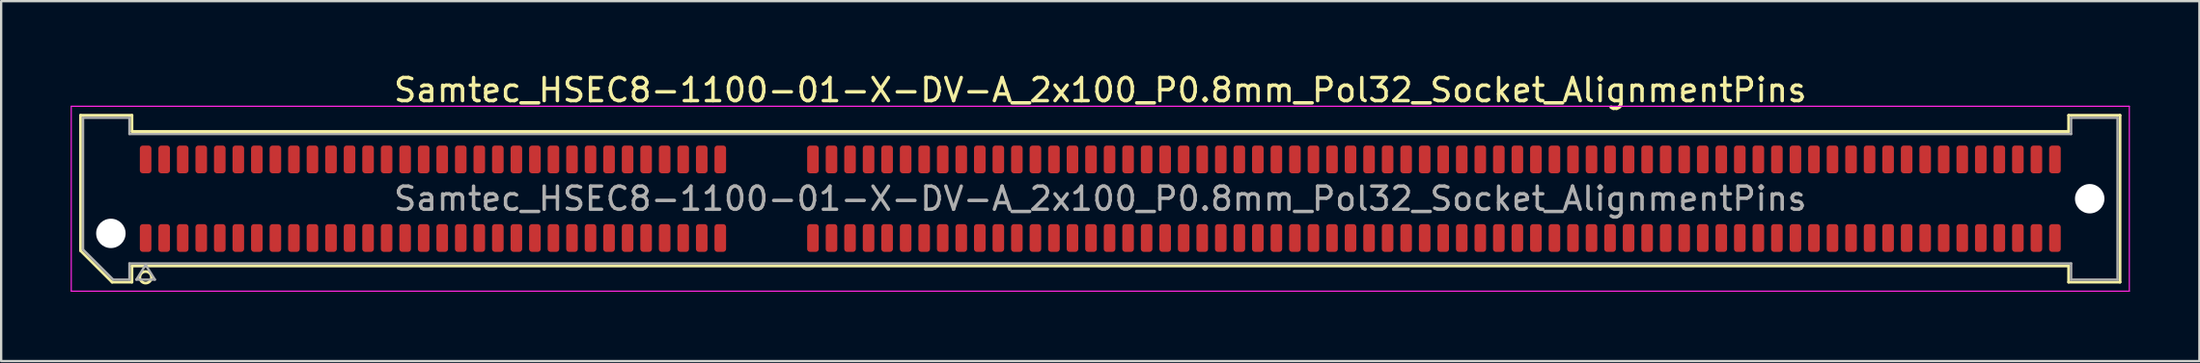
<source format=kicad_pcb>
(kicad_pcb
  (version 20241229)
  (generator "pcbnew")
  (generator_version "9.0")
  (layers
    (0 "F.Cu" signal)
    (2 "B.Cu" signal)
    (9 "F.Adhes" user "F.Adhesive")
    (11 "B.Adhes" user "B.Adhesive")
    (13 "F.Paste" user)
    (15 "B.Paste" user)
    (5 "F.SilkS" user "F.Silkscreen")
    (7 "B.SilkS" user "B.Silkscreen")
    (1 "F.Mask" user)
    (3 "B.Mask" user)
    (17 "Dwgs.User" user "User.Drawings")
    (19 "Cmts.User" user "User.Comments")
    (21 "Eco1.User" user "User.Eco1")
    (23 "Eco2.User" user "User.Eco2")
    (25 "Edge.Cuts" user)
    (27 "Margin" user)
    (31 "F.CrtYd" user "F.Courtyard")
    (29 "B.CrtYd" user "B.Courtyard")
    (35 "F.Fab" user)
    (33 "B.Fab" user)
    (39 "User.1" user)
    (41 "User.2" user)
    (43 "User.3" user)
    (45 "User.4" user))
  (footprint "Samtec_HSEC8-1100-01-X-DV-A_2x100_P0.8mm_Pol32_Socket_AlignmentPins"
    (layer "F.Cu")
    (at 44.435 5.548)
    (property "Reference" "Samtec_HSEC8-1100-01-X-DV-A_2x100_P0.8mm_Pol32_Socket_AlignmentPins" (at 0 -4.7 0) (layer "F.SilkS") (effects (font (size 1 1) (thickness 0.15))))
    (attr smd)
    (fp_line (start -44.01 -3.61) (end -41.79 -3.61) (stroke (width 0.12) (type solid)) (layer "F.SilkS"))
    (fp_line (start -44.01 2.246) (end -44.01 -3.61) (stroke (width 0.12) (type solid)) (layer "F.SilkS"))
    (fp_line (start -42.646 3.61) (end -44.01 2.246) (stroke (width 0.12) (type solid)) (layer "F.SilkS"))
    (fp_line (start -41.79 -3.61) (end -41.79 -2.91) (stroke (width 0.12) (type solid)) (layer "F.SilkS"))
    (fp_line (start -41.79 -2.91) (end 41.79 -2.91) (stroke (width 0.12) (type solid)) (layer "F.SilkS"))
    (fp_line (start -41.79 2.91) (end -41.79 3.61) (stroke (width 0.12) (type solid)) (layer "F.SilkS"))
    (fp_line (start -41.79 3.61) (end -42.646 3.61) (stroke (width 0.12) (type solid)) (layer "F.SilkS"))
    (fp_line (start 41.79 -3.61) (end 44.01 -3.61) (stroke (width 0.12) (type solid)) (layer "F.SilkS"))
    (fp_line (start 41.79 -2.91) (end 41.79 -3.61) (stroke (width 0.12) (type solid)) (layer "F.SilkS"))
    (fp_line (start 41.79 2.91) (end -41.79 2.91) (stroke (width 0.12) (type solid)) (layer "F.SilkS"))
    (fp_line (start 41.79 3.61) (end 41.79 2.91) (stroke (width 0.12) (type solid)) (layer "F.SilkS"))
    (fp_line (start 44.01 -3.61) (end 44.01 3.61) (stroke (width 0.12) (type solid)) (layer "F.SilkS"))
    (fp_line (start 44.01 3.61) (end 41.79 3.61) (stroke (width 0.12) (type solid)) (layer "F.SilkS"))
    (fp_circle (center -41.2 3.4) (end -40.95 3.4) (stroke (width 0.12) (type solid)) (fill no) (layer "F.SilkS"))
    (fp_line (start -44.41 -4) (end -44.41 4) (stroke (width 0.05) (type solid)) (layer "F.CrtYd"))
    (fp_line (start -44.41 4) (end 44.41 4) (stroke (width 0.05) (type solid)) (layer "F.CrtYd"))
    (fp_line (start 44.41 -4) (end -44.41 -4) (stroke (width 0.05) (type solid)) (layer "F.CrtYd"))
    (fp_line (start 44.41 4) (end 44.41 -4) (stroke (width 0.05) (type solid)) (layer "F.CrtYd"))
    (fp_line (start -43.9 -3.5) (end -41.9 -3.5) (stroke (width 0.1) (type solid)) (layer "F.Fab"))
    (fp_line (start -43.9 2.2) (end -43.9 -3.5) (stroke (width 0.1) (type solid)) (layer "F.Fab"))
    (fp_line (start -42.6 3.5) (end -43.9 2.2) (stroke (width 0.1) (type solid)) (layer "F.Fab"))
    (fp_line (start -41.9 -3.5) (end -41.9 -2.8) (stroke (width 0.1) (type solid)) (layer "F.Fab"))
    (fp_line (start -41.9 -2.8) (end 41.9 -2.8) (stroke (width 0.1) (type solid)) (layer "F.Fab"))
    (fp_line (start -41.9 2.8) (end -41.9 3.5) (stroke (width 0.1) (type solid)) (layer "F.Fab"))
    (fp_line (start -41.9 3.5) (end -42.6 3.5) (stroke (width 0.1) (type solid)) (layer "F.Fab"))
    (fp_line (start -41.6 3.5) (end -41.2 2.86) (stroke (width 0.1) (type solid)) (layer "F.Fab"))
    (fp_line (start -41.2 2.86) (end -40.8 3.5) (stroke (width 0.1) (type solid)) (layer "F.Fab"))
    (fp_line (start -40.8 3.5) (end -41.6 3.5) (stroke (width 0.1) (type solid)) (layer "F.Fab"))
    (fp_line (start 41.9 -3.5) (end 43.9 -3.5) (stroke (width 0.1) (type solid)) (layer "F.Fab"))
    (fp_line (start 41.9 -2.8) (end 41.9 -3.5) (stroke (width 0.1) (type solid)) (layer "F.Fab"))
    (fp_line (start 41.9 2.8) (end -41.9 2.8) (stroke (width 0.1) (type solid)) (layer "F.Fab"))
    (fp_line (start 41.9 3.5) (end 41.9 2.8) (stroke (width 0.1) (type solid)) (layer "F.Fab"))
    (fp_line (start 43.9 -3.5) (end 43.9 3.5) (stroke (width 0.1) (type solid)) (layer "F.Fab"))
    (fp_line (start 43.9 3.5) (end 41.9 3.5) (stroke (width 0.1) (type solid)) (layer "F.Fab"))
    (fp_text user "${REFERENCE}" (at 0 0 0) (layer "F.Fab") (effects (font (size 1 1) (thickness 0.15))))
    (pad "" np_thru_hole circle (at -42.7 1.5) (size 1.27 1.27) (drill 1.27) (layers "*.Cu" "*.Mask"))
    (pad "" np_thru_hole circle (at 42.7 0) (size 1.27 1.27) (drill 1.27) (layers "*.Cu" "*.Mask"))
    (pad "1" smd roundrect (at -41.2 1.7) (size 0.5 1.2) (layers "F.Cu" "F.Mask" "F.Paste") (roundrect_rratio 0.25))
    (pad "2" smd roundrect (at -41.2 -1.7) (size 0.5 1.2) (layers "F.Cu" "F.Mask" "F.Paste") (roundrect_rratio 0.25))
    (pad "3" smd roundrect (at -40.4 1.7) (size 0.5 1.2) (layers "F.Cu" "F.Mask" "F.Paste") (roundrect_rratio 0.25))
    (pad "4" smd roundrect (at -40.4 -1.7) (size 0.5 1.2) (layers "F.Cu" "F.Mask" "F.Paste") (roundrect_rratio 0.25))
    (pad "5" smd roundrect (at -39.6 1.7) (size 0.5 1.2) (layers "F.Cu" "F.Mask" "F.Paste") (roundrect_rratio 0.25))
    (pad "6" smd roundrect (at -39.6 -1.7) (size 0.5 1.2) (layers "F.Cu" "F.Mask" "F.Paste") (roundrect_rratio 0.25))
    (pad "7" smd roundrect (at -38.8 1.7) (size 0.5 1.2) (layers "F.Cu" "F.Mask" "F.Paste") (roundrect_rratio 0.25))
    (pad "8" smd roundrect (at -38.8 -1.7) (size 0.5 1.2) (layers "F.Cu" "F.Mask" "F.Paste") (roundrect_rratio 0.25))
    (pad "9" smd roundrect (at -38 1.7) (size 0.5 1.2) (layers "F.Cu" "F.Mask" "F.Paste") (roundrect_rratio 0.25))
    (pad "10" smd roundrect (at -38 -1.7) (size 0.5 1.2) (layers "F.Cu" "F.Mask" "F.Paste") (roundrect_rratio 0.25))
    (pad "11" smd roundrect (at -37.2 1.7) (size 0.5 1.2) (layers "F.Cu" "F.Mask" "F.Paste") (roundrect_rratio 0.25))
    (pad "12" smd roundrect (at -37.2 -1.7) (size 0.5 1.2) (layers "F.Cu" "F.Mask" "F.Paste") (roundrect_rratio 0.25))
    (pad "13" smd roundrect (at -36.4 1.7) (size 0.5 1.2) (layers "F.Cu" "F.Mask" "F.Paste") (roundrect_rratio 0.25))
    (pad "14" smd roundrect (at -36.4 -1.7) (size 0.5 1.2) (layers "F.Cu" "F.Mask" "F.Paste") (roundrect_rratio 0.25))
    (pad "15" smd roundrect (at -35.6 1.7) (size 0.5 1.2) (layers "F.Cu" "F.Mask" "F.Paste") (roundrect_rratio 0.25))
    (pad "16" smd roundrect (at -35.6 -1.7) (size 0.5 1.2) (layers "F.Cu" "F.Mask" "F.Paste") (roundrect_rratio 0.25))
    (pad "17" smd roundrect (at -34.8 1.7) (size 0.5 1.2) (layers "F.Cu" "F.Mask" "F.Paste") (roundrect_rratio 0.25))
    (pad "18" smd roundrect (at -34.8 -1.7) (size 0.5 1.2) (layers "F.Cu" "F.Mask" "F.Paste") (roundrect_rratio 0.25))
    (pad "19" smd roundrect (at -34 1.7) (size 0.5 1.2) (layers "F.Cu" "F.Mask" "F.Paste") (roundrect_rratio 0.25))
    (pad "20" smd roundrect (at -34 -1.7) (size 0.5 1.2) (layers "F.Cu" "F.Mask" "F.Paste") (roundrect_rratio 0.25))
    (pad "21" smd roundrect (at -33.2 1.7) (size 0.5 1.2) (layers "F.Cu" "F.Mask" "F.Paste") (roundrect_rratio 0.25))
    (pad "22" smd roundrect (at -33.2 -1.7) (size 0.5 1.2) (layers "F.Cu" "F.Mask" "F.Paste") (roundrect_rratio 0.25))
    (pad "23" smd roundrect (at -32.4 1.7) (size 0.5 1.2) (layers "F.Cu" "F.Mask" "F.Paste") (roundrect_rratio 0.25))
    (pad "24" smd roundrect (at -32.4 -1.7) (size 0.5 1.2) (layers "F.Cu" "F.Mask" "F.Paste") (roundrect_rratio 0.25))
    (pad "25" smd roundrect (at -31.6 1.7) (size 0.5 1.2) (layers "F.Cu" "F.Mask" "F.Paste") (roundrect_rratio 0.25))
    (pad "26" smd roundrect (at -31.6 -1.7) (size 0.5 1.2) (layers "F.Cu" "F.Mask" "F.Paste") (roundrect_rratio 0.25))
    (pad "27" smd roundrect (at -30.8 1.7) (size 0.5 1.2) (layers "F.Cu" "F.Mask" "F.Paste") (roundrect_rratio 0.25))
    (pad "28" smd roundrect (at -30.8 -1.7) (size 0.5 1.2) (layers "F.Cu" "F.Mask" "F.Paste") (roundrect_rratio 0.25))
    (pad "29" smd roundrect (at -30 1.7) (size 0.5 1.2) (layers "F.Cu" "F.Mask" "F.Paste") (roundrect_rratio 0.25))
    (pad "30" smd roundrect (at -30 -1.7) (size 0.5 1.2) (layers "F.Cu" "F.Mask" "F.Paste") (roundrect_rratio 0.25))
    (pad "31" smd roundrect (at -29.2 1.7) (size 0.5 1.2) (layers "F.Cu" "F.Mask" "F.Paste") (roundrect_rratio 0.25))
    (pad "32" smd roundrect (at -29.2 -1.7) (size 0.5 1.2) (layers "F.Cu" "F.Mask" "F.Paste") (roundrect_rratio 0.25))
    (pad "33" smd roundrect (at -28.4 1.7) (size 0.5 1.2) (layers "F.Cu" "F.Mask" "F.Paste") (roundrect_rratio 0.25))
    (pad "34" smd roundrect (at -28.4 -1.7) (size 0.5 1.2) (layers "F.Cu" "F.Mask" "F.Paste") (roundrect_rratio 0.25))
    (pad "35" smd roundrect (at -27.6 1.7) (size 0.5 1.2) (layers "F.Cu" "F.Mask" "F.Paste") (roundrect_rratio 0.25))
    (pad "36" smd roundrect (at -27.6 -1.7) (size 0.5 1.2) (layers "F.Cu" "F.Mask" "F.Paste") (roundrect_rratio 0.25))
    (pad "37" smd roundrect (at -26.8 1.7) (size 0.5 1.2) (layers "F.Cu" "F.Mask" "F.Paste") (roundrect_rratio 0.25))
    (pad "38" smd roundrect (at -26.8 -1.7) (size 0.5 1.2) (layers "F.Cu" "F.Mask" "F.Paste") (roundrect_rratio 0.25))
    (pad "39" smd roundrect (at -26 1.7) (size 0.5 1.2) (layers "F.Cu" "F.Mask" "F.Paste") (roundrect_rratio 0.25))
    (pad "40" smd roundrect (at -26 -1.7) (size 0.5 1.2) (layers "F.Cu" "F.Mask" "F.Paste") (roundrect_rratio 0.25))
    (pad "41" smd roundrect (at -25.2 1.7) (size 0.5 1.2) (layers "F.Cu" "F.Mask" "F.Paste") (roundrect_rratio 0.25))
    (pad "42" smd roundrect (at -25.2 -1.7) (size 0.5 1.2) (layers "F.Cu" "F.Mask" "F.Paste") (roundrect_rratio 0.25))
    (pad "43" smd roundrect (at -24.4 1.7) (size 0.5 1.2) (layers "F.Cu" "F.Mask" "F.Paste") (roundrect_rratio 0.25))
    (pad "44" smd roundrect (at -24.4 -1.7) (size 0.5 1.2) (layers "F.Cu" "F.Mask" "F.Paste") (roundrect_rratio 0.25))
    (pad "45" smd roundrect (at -23.6 1.7) (size 0.5 1.2) (layers "F.Cu" "F.Mask" "F.Paste") (roundrect_rratio 0.25))
    (pad "46" smd roundrect (at -23.6 -1.7) (size 0.5 1.2) (layers "F.Cu" "F.Mask" "F.Paste") (roundrect_rratio 0.25))
    (pad "47" smd roundrect (at -22.8 1.7) (size 0.5 1.2) (layers "F.Cu" "F.Mask" "F.Paste") (roundrect_rratio 0.25))
    (pad "48" smd roundrect (at -22.8 -1.7) (size 0.5 1.2) (layers "F.Cu" "F.Mask" "F.Paste") (roundrect_rratio 0.25))
    (pad "49" smd roundrect (at -22 1.7) (size 0.5 1.2) (layers "F.Cu" "F.Mask" "F.Paste") (roundrect_rratio 0.25))
    (pad "50" smd roundrect (at -22 -1.7) (size 0.5 1.2) (layers "F.Cu" "F.Mask" "F.Paste") (roundrect_rratio 0.25))
    (pad "51" smd roundrect (at -21.2 1.7) (size 0.5 1.2) (layers "F.Cu" "F.Mask" "F.Paste") (roundrect_rratio 0.25))
    (pad "52" smd roundrect (at -21.2 -1.7) (size 0.5 1.2) (layers "F.Cu" "F.Mask" "F.Paste") (roundrect_rratio 0.25))
    (pad "53" smd roundrect (at -20.4 1.7) (size 0.5 1.2) (layers "F.Cu" "F.Mask" "F.Paste") (roundrect_rratio 0.25))
    (pad "54" smd roundrect (at -20.4 -1.7) (size 0.5 1.2) (layers "F.Cu" "F.Mask" "F.Paste") (roundrect_rratio 0.25))
    (pad "55" smd roundrect (at -19.6 1.7) (size 0.5 1.2) (layers "F.Cu" "F.Mask" "F.Paste") (roundrect_rratio 0.25))
    (pad "56" smd roundrect (at -19.6 -1.7) (size 0.5 1.2) (layers "F.Cu" "F.Mask" "F.Paste") (roundrect_rratio 0.25))
    (pad "57" smd roundrect (at -18.8 1.7) (size 0.5 1.2) (layers "F.Cu" "F.Mask" "F.Paste") (roundrect_rratio 0.25))
    (pad "58" smd roundrect (at -18.8 -1.7) (size 0.5 1.2) (layers "F.Cu" "F.Mask" "F.Paste") (roundrect_rratio 0.25))
    (pad "59" smd roundrect (at -18 1.7) (size 0.5 1.2) (layers "F.Cu" "F.Mask" "F.Paste") (roundrect_rratio 0.25))
    (pad "60" smd roundrect (at -18 -1.7) (size 0.5 1.2) (layers "F.Cu" "F.Mask" "F.Paste") (roundrect_rratio 0.25))
    (pad "61" smd roundrect (at -17.2 1.7) (size 0.5 1.2) (layers "F.Cu" "F.Mask" "F.Paste") (roundrect_rratio 0.25))
    (pad "62" smd roundrect (at -17.2 -1.7) (size 0.5 1.2) (layers "F.Cu" "F.Mask" "F.Paste") (roundrect_rratio 0.25))
    (pad "63" smd roundrect (at -16.4 1.7) (size 0.5 1.2) (layers "F.Cu" "F.Mask" "F.Paste") (roundrect_rratio 0.25))
    (pad "64" smd roundrect (at -16.4 -1.7) (size 0.5 1.2) (layers "F.Cu" "F.Mask" "F.Paste") (roundrect_rratio 0.25))
    (pad "65" smd roundrect (at -12.4 1.7) (size 0.5 1.2) (layers "F.Cu" "F.Mask" "F.Paste") (roundrect_rratio 0.25))
    (pad "66" smd roundrect (at -12.4 -1.7) (size 0.5 1.2) (layers "F.Cu" "F.Mask" "F.Paste") (roundrect_rratio 0.25))
    (pad "67" smd roundrect (at -11.6 1.7) (size 0.5 1.2) (layers "F.Cu" "F.Mask" "F.Paste") (roundrect_rratio 0.25))
    (pad "68" smd roundrect (at -11.6 -1.7) (size 0.5 1.2) (layers "F.Cu" "F.Mask" "F.Paste") (roundrect_rratio 0.25))
    (pad "69" smd roundrect (at -10.8 1.7) (size 0.5 1.2) (layers "F.Cu" "F.Mask" "F.Paste") (roundrect_rratio 0.25))
    (pad "70" smd roundrect (at -10.8 -1.7) (size 0.5 1.2) (layers "F.Cu" "F.Mask" "F.Paste") (roundrect_rratio 0.25))
    (pad "71" smd roundrect (at -10 1.7) (size 0.5 1.2) (layers "F.Cu" "F.Mask" "F.Paste") (roundrect_rratio 0.25))
    (pad "72" smd roundrect (at -10 -1.7) (size 0.5 1.2) (layers "F.Cu" "F.Mask" "F.Paste") (roundrect_rratio 0.25))
    (pad "73" smd roundrect (at -9.2 1.7) (size 0.5 1.2) (layers "F.Cu" "F.Mask" "F.Paste") (roundrect_rratio 0.25))
    (pad "74" smd roundrect (at -9.2 -1.7) (size 0.5 1.2) (layers "F.Cu" "F.Mask" "F.Paste") (roundrect_rratio 0.25))
    (pad "75" smd roundrect (at -8.4 1.7) (size 0.5 1.2) (layers "F.Cu" "F.Mask" "F.Paste") (roundrect_rratio 0.25))
    (pad "76" smd roundrect (at -8.4 -1.7) (size 0.5 1.2) (layers "F.Cu" "F.Mask" "F.Paste") (roundrect_rratio 0.25))
    (pad "77" smd roundrect (at -7.6 1.7) (size 0.5 1.2) (layers "F.Cu" "F.Mask" "F.Paste") (roundrect_rratio 0.25))
    (pad "78" smd roundrect (at -7.6 -1.7) (size 0.5 1.2) (layers "F.Cu" "F.Mask" "F.Paste") (roundrect_rratio 0.25))
    (pad "79" smd roundrect (at -6.8 1.7) (size 0.5 1.2) (layers "F.Cu" "F.Mask" "F.Paste") (roundrect_rratio 0.25))
    (pad "80" smd roundrect (at -6.8 -1.7) (size 0.5 1.2) (layers "F.Cu" "F.Mask" "F.Paste") (roundrect_rratio 0.25))
    (pad "81" smd roundrect (at -6 1.7) (size 0.5 1.2) (layers "F.Cu" "F.Mask" "F.Paste") (roundrect_rratio 0.25))
    (pad "82" smd roundrect (at -6 -1.7) (size 0.5 1.2) (layers "F.Cu" "F.Mask" "F.Paste") (roundrect_rratio 0.25))
    (pad "83" smd roundrect (at -5.2 1.7) (size 0.5 1.2) (layers "F.Cu" "F.Mask" "F.Paste") (roundrect_rratio 0.25))
    (pad "84" smd roundrect (at -5.2 -1.7) (size 0.5 1.2) (layers "F.Cu" "F.Mask" "F.Paste") (roundrect_rratio 0.25))
    (pad "85" smd roundrect (at -4.4 1.7) (size 0.5 1.2) (layers "F.Cu" "F.Mask" "F.Paste") (roundrect_rratio 0.25))
    (pad "86" smd roundrect (at -4.4 -1.7) (size 0.5 1.2) (layers "F.Cu" "F.Mask" "F.Paste") (roundrect_rratio 0.25))
    (pad "87" smd roundrect (at -3.6 1.7) (size 0.5 1.2) (layers "F.Cu" "F.Mask" "F.Paste") (roundrect_rratio 0.25))
    (pad "88" smd roundrect (at -3.6 -1.7) (size 0.5 1.2) (layers "F.Cu" "F.Mask" "F.Paste") (roundrect_rratio 0.25))
    (pad "89" smd roundrect (at -2.8 1.7) (size 0.5 1.2) (layers "F.Cu" "F.Mask" "F.Paste") (roundrect_rratio 0.25))
    (pad "90" smd roundrect (at -2.8 -1.7) (size 0.5 1.2) (layers "F.Cu" "F.Mask" "F.Paste") (roundrect_rratio 0.25))
    (pad "91" smd roundrect (at -2 1.7) (size 0.5 1.2) (layers "F.Cu" "F.Mask" "F.Paste") (roundrect_rratio 0.25))
    (pad "92" smd roundrect (at -2 -1.7) (size 0.5 1.2) (layers "F.Cu" "F.Mask" "F.Paste") (roundrect_rratio 0.25))
    (pad "93" smd roundrect (at -1.2 1.7) (size 0.5 1.2) (layers "F.Cu" "F.Mask" "F.Paste") (roundrect_rratio 0.25))
    (pad "94" smd roundrect (at -1.2 -1.7) (size 0.5 1.2) (layers "F.Cu" "F.Mask" "F.Paste") (roundrect_rratio 0.25))
    (pad "95" smd roundrect (at -0.4 1.7) (size 0.5 1.2) (layers "F.Cu" "F.Mask" "F.Paste") (roundrect_rratio 0.25))
    (pad "96" smd roundrect (at -0.4 -1.7) (size 0.5 1.2) (layers "F.Cu" "F.Mask" "F.Paste") (roundrect_rratio 0.25))
    (pad "97" smd roundrect (at 0.4 1.7) (size 0.5 1.2) (layers "F.Cu" "F.Mask" "F.Paste") (roundrect_rratio 0.25))
    (pad "98" smd roundrect (at 0.4 -1.7) (size 0.5 1.2) (layers "F.Cu" "F.Mask" "F.Paste") (roundrect_rratio 0.25))
    (pad "99" smd roundrect (at 1.2 1.7) (size 0.5 1.2) (layers "F.Cu" "F.Mask" "F.Paste") (roundrect_rratio 0.25))
    (pad "100" smd roundrect (at 1.2 -1.7) (size 0.5 1.2) (layers "F.Cu" "F.Mask" "F.Paste") (roundrect_rratio 0.25))
    (pad "101" smd roundrect (at 2 1.7) (size 0.5 1.2) (layers "F.Cu" "F.Mask" "F.Paste") (roundrect_rratio 0.25))
    (pad "102" smd roundrect (at 2 -1.7) (size 0.5 1.2) (layers "F.Cu" "F.Mask" "F.Paste") (roundrect_rratio 0.25))
    (pad "103" smd roundrect (at 2.8 1.7) (size 0.5 1.2) (layers "F.Cu" "F.Mask" "F.Paste") (roundrect_rratio 0.25))
    (pad "104" smd roundrect (at 2.8 -1.7) (size 0.5 1.2) (layers "F.Cu" "F.Mask" "F.Paste") (roundrect_rratio 0.25))
    (pad "105" smd roundrect (at 3.6 1.7) (size 0.5 1.2) (layers "F.Cu" "F.Mask" "F.Paste") (roundrect_rratio 0.25))
    (pad "106" smd roundrect (at 3.6 -1.7) (size 0.5 1.2) (layers "F.Cu" "F.Mask" "F.Paste") (roundrect_rratio 0.25))
    (pad "107" smd roundrect (at 4.4 1.7) (size 0.5 1.2) (layers "F.Cu" "F.Mask" "F.Paste") (roundrect_rratio 0.25))
    (pad "108" smd roundrect (at 4.4 -1.7) (size 0.5 1.2) (layers "F.Cu" "F.Mask" "F.Paste") (roundrect_rratio 0.25))
    (pad "109" smd roundrect (at 5.2 1.7) (size 0.5 1.2) (layers "F.Cu" "F.Mask" "F.Paste") (roundrect_rratio 0.25))
    (pad "110" smd roundrect (at 5.2 -1.7) (size 0.5 1.2) (layers "F.Cu" "F.Mask" "F.Paste") (roundrect_rratio 0.25))
    (pad "111" smd roundrect (at 6 1.7) (size 0.5 1.2) (layers "F.Cu" "F.Mask" "F.Paste") (roundrect_rratio 0.25))
    (pad "112" smd roundrect (at 6 -1.7) (size 0.5 1.2) (layers "F.Cu" "F.Mask" "F.Paste") (roundrect_rratio 0.25))
    (pad "113" smd roundrect (at 6.8 1.7) (size 0.5 1.2) (layers "F.Cu" "F.Mask" "F.Paste") (roundrect_rratio 0.25))
    (pad "114" smd roundrect (at 6.8 -1.7) (size 0.5 1.2) (layers "F.Cu" "F.Mask" "F.Paste") (roundrect_rratio 0.25))
    (pad "115" smd roundrect (at 7.6 1.7) (size 0.5 1.2) (layers "F.Cu" "F.Mask" "F.Paste") (roundrect_rratio 0.25))
    (pad "116" smd roundrect (at 7.6 -1.7) (size 0.5 1.2) (layers "F.Cu" "F.Mask" "F.Paste") (roundrect_rratio 0.25))
    (pad "117" smd roundrect (at 8.4 1.7) (size 0.5 1.2) (layers "F.Cu" "F.Mask" "F.Paste") (roundrect_rratio 0.25))
    (pad "118" smd roundrect (at 8.4 -1.7) (size 0.5 1.2) (layers "F.Cu" "F.Mask" "F.Paste") (roundrect_rratio 0.25))
    (pad "119" smd roundrect (at 9.2 1.7) (size 0.5 1.2) (layers "F.Cu" "F.Mask" "F.Paste") (roundrect_rratio 0.25))
    (pad "120" smd roundrect (at 9.2 -1.7) (size 0.5 1.2) (layers "F.Cu" "F.Mask" "F.Paste") (roundrect_rratio 0.25))
    (pad "121" smd roundrect (at 10 1.7) (size 0.5 1.2) (layers "F.Cu" "F.Mask" "F.Paste") (roundrect_rratio 0.25))
    (pad "122" smd roundrect (at 10 -1.7) (size 0.5 1.2) (layers "F.Cu" "F.Mask" "F.Paste") (roundrect_rratio 0.25))
    (pad "123" smd roundrect (at 10.8 1.7) (size 0.5 1.2) (layers "F.Cu" "F.Mask" "F.Paste") (roundrect_rratio 0.25))
    (pad "124" smd roundrect (at 10.8 -1.7) (size 0.5 1.2) (layers "F.Cu" "F.Mask" "F.Paste") (roundrect_rratio 0.25))
    (pad "125" smd roundrect (at 11.6 1.7) (size 0.5 1.2) (layers "F.Cu" "F.Mask" "F.Paste") (roundrect_rratio 0.25))
    (pad "126" smd roundrect (at 11.6 -1.7) (size 0.5 1.2) (layers "F.Cu" "F.Mask" "F.Paste") (roundrect_rratio 0.25))
    (pad "127" smd roundrect (at 12.4 1.7) (size 0.5 1.2) (layers "F.Cu" "F.Mask" "F.Paste") (roundrect_rratio 0.25))
    (pad "128" smd roundrect (at 12.4 -1.7) (size 0.5 1.2) (layers "F.Cu" "F.Mask" "F.Paste") (roundrect_rratio 0.25))
    (pad "129" smd roundrect (at 13.2 1.7) (size 0.5 1.2) (layers "F.Cu" "F.Mask" "F.Paste") (roundrect_rratio 0.25))
    (pad "130" smd roundrect (at 13.2 -1.7) (size 0.5 1.2) (layers "F.Cu" "F.Mask" "F.Paste") (roundrect_rratio 0.25))
    (pad "131" smd roundrect (at 14 1.7) (size 0.5 1.2) (layers "F.Cu" "F.Mask" "F.Paste") (roundrect_rratio 0.25))
    (pad "132" smd roundrect (at 14 -1.7) (size 0.5 1.2) (layers "F.Cu" "F.Mask" "F.Paste") (roundrect_rratio 0.25))
    (pad "133" smd roundrect (at 14.8 1.7) (size 0.5 1.2) (layers "F.Cu" "F.Mask" "F.Paste") (roundrect_rratio 0.25))
    (pad "134" smd roundrect (at 14.8 -1.7) (size 0.5 1.2) (layers "F.Cu" "F.Mask" "F.Paste") (roundrect_rratio 0.25))
    (pad "135" smd roundrect (at 15.6 1.7) (size 0.5 1.2) (layers "F.Cu" "F.Mask" "F.Paste") (roundrect_rratio 0.25))
    (pad "136" smd roundrect (at 15.6 -1.7) (size 0.5 1.2) (layers "F.Cu" "F.Mask" "F.Paste") (roundrect_rratio 0.25))
    (pad "137" smd roundrect (at 16.4 1.7) (size 0.5 1.2) (layers "F.Cu" "F.Mask" "F.Paste") (roundrect_rratio 0.25))
    (pad "138" smd roundrect (at 16.4 -1.7) (size 0.5 1.2) (layers "F.Cu" "F.Mask" "F.Paste") (roundrect_rratio 0.25))
    (pad "139" smd roundrect (at 17.2 1.7) (size 0.5 1.2) (layers "F.Cu" "F.Mask" "F.Paste") (roundrect_rratio 0.25))
    (pad "140" smd roundrect (at 17.2 -1.7) (size 0.5 1.2) (layers "F.Cu" "F.Mask" "F.Paste") (roundrect_rratio 0.25))
    (pad "141" smd roundrect (at 18 1.7) (size 0.5 1.2) (layers "F.Cu" "F.Mask" "F.Paste") (roundrect_rratio 0.25))
    (pad "142" smd roundrect (at 18 -1.7) (size 0.5 1.2) (layers "F.Cu" "F.Mask" "F.Paste") (roundrect_rratio 0.25))
    (pad "143" smd roundrect (at 18.8 1.7) (size 0.5 1.2) (layers "F.Cu" "F.Mask" "F.Paste") (roundrect_rratio 0.25))
    (pad "144" smd roundrect (at 18.8 -1.7) (size 0.5 1.2) (layers "F.Cu" "F.Mask" "F.Paste") (roundrect_rratio 0.25))
    (pad "145" smd roundrect (at 19.6 1.7) (size 0.5 1.2) (layers "F.Cu" "F.Mask" "F.Paste") (roundrect_rratio 0.25))
    (pad "146" smd roundrect (at 19.6 -1.7) (size 0.5 1.2) (layers "F.Cu" "F.Mask" "F.Paste") (roundrect_rratio 0.25))
    (pad "147" smd roundrect (at 20.4 1.7) (size 0.5 1.2) (layers "F.Cu" "F.Mask" "F.Paste") (roundrect_rratio 0.25))
    (pad "148" smd roundrect (at 20.4 -1.7) (size 0.5 1.2) (layers "F.Cu" "F.Mask" "F.Paste") (roundrect_rratio 0.25))
    (pad "149" smd roundrect (at 21.2 1.7) (size 0.5 1.2) (layers "F.Cu" "F.Mask" "F.Paste") (roundrect_rratio 0.25))
    (pad "150" smd roundrect (at 21.2 -1.7) (size 0.5 1.2) (layers "F.Cu" "F.Mask" "F.Paste") (roundrect_rratio 0.25))
    (pad "151" smd roundrect (at 22 1.7) (size 0.5 1.2) (layers "F.Cu" "F.Mask" "F.Paste") (roundrect_rratio 0.25))
    (pad "152" smd roundrect (at 22 -1.7) (size 0.5 1.2) (layers "F.Cu" "F.Mask" "F.Paste") (roundrect_rratio 0.25))
    (pad "153" smd roundrect (at 22.8 1.7) (size 0.5 1.2) (layers "F.Cu" "F.Mask" "F.Paste") (roundrect_rratio 0.25))
    (pad "154" smd roundrect (at 22.8 -1.7) (size 0.5 1.2) (layers "F.Cu" "F.Mask" "F.Paste") (roundrect_rratio 0.25))
    (pad "155" smd roundrect (at 23.6 1.7) (size 0.5 1.2) (layers "F.Cu" "F.Mask" "F.Paste") (roundrect_rratio 0.25))
    (pad "156" smd roundrect (at 23.6 -1.7) (size 0.5 1.2) (layers "F.Cu" "F.Mask" "F.Paste") (roundrect_rratio 0.25))
    (pad "157" smd roundrect (at 24.4 1.7) (size 0.5 1.2) (layers "F.Cu" "F.Mask" "F.Paste") (roundrect_rratio 0.25))
    (pad "158" smd roundrect (at 24.4 -1.7) (size 0.5 1.2) (layers "F.Cu" "F.Mask" "F.Paste") (roundrect_rratio 0.25))
    (pad "159" smd roundrect (at 25.2 1.7) (size 0.5 1.2) (layers "F.Cu" "F.Mask" "F.Paste") (roundrect_rratio 0.25))
    (pad "160" smd roundrect (at 25.2 -1.7) (size 0.5 1.2) (layers "F.Cu" "F.Mask" "F.Paste") (roundrect_rratio 0.25))
    (pad "161" smd roundrect (at 26 1.7) (size 0.5 1.2) (layers "F.Cu" "F.Mask" "F.Paste") (roundrect_rratio 0.25))
    (pad "162" smd roundrect (at 26 -1.7) (size 0.5 1.2) (layers "F.Cu" "F.Mask" "F.Paste") (roundrect_rratio 0.25))
    (pad "163" smd roundrect (at 26.8 1.7) (size 0.5 1.2) (layers "F.Cu" "F.Mask" "F.Paste") (roundrect_rratio 0.25))
    (pad "164" smd roundrect (at 26.8 -1.7) (size 0.5 1.2) (layers "F.Cu" "F.Mask" "F.Paste") (roundrect_rratio 0.25))
    (pad "165" smd roundrect (at 27.6 1.7) (size 0.5 1.2) (layers "F.Cu" "F.Mask" "F.Paste") (roundrect_rratio 0.25))
    (pad "166" smd roundrect (at 27.6 -1.7) (size 0.5 1.2) (layers "F.Cu" "F.Mask" "F.Paste") (roundrect_rratio 0.25))
    (pad "167" smd roundrect (at 28.4 1.7) (size 0.5 1.2) (layers "F.Cu" "F.Mask" "F.Paste") (roundrect_rratio 0.25))
    (pad "168" smd roundrect (at 28.4 -1.7) (size 0.5 1.2) (layers "F.Cu" "F.Mask" "F.Paste") (roundrect_rratio 0.25))
    (pad "169" smd roundrect (at 29.2 1.7) (size 0.5 1.2) (layers "F.Cu" "F.Mask" "F.Paste") (roundrect_rratio 0.25))
    (pad "170" smd roundrect (at 29.2 -1.7) (size 0.5 1.2) (layers "F.Cu" "F.Mask" "F.Paste") (roundrect_rratio 0.25))
    (pad "171" smd roundrect (at 30 1.7) (size 0.5 1.2) (layers "F.Cu" "F.Mask" "F.Paste") (roundrect_rratio 0.25))
    (pad "172" smd roundrect (at 30 -1.7) (size 0.5 1.2) (layers "F.Cu" "F.Mask" "F.Paste") (roundrect_rratio 0.25))
    (pad "173" smd roundrect (at 30.8 1.7) (size 0.5 1.2) (layers "F.Cu" "F.Mask" "F.Paste") (roundrect_rratio 0.25))
    (pad "174" smd roundrect (at 30.8 -1.7) (size 0.5 1.2) (layers "F.Cu" "F.Mask" "F.Paste") (roundrect_rratio 0.25))
    (pad "175" smd roundrect (at 31.6 1.7) (size 0.5 1.2) (layers "F.Cu" "F.Mask" "F.Paste") (roundrect_rratio 0.25))
    (pad "176" smd roundrect (at 31.6 -1.7) (size 0.5 1.2) (layers "F.Cu" "F.Mask" "F.Paste") (roundrect_rratio 0.25))
    (pad "177" smd roundrect (at 32.4 1.7) (size 0.5 1.2) (layers "F.Cu" "F.Mask" "F.Paste") (roundrect_rratio 0.25))
    (pad "178" smd roundrect (at 32.4 -1.7) (size 0.5 1.2) (layers "F.Cu" "F.Mask" "F.Paste") (roundrect_rratio 0.25))
    (pad "179" smd roundrect (at 33.2 1.7) (size 0.5 1.2) (layers "F.Cu" "F.Mask" "F.Paste") (roundrect_rratio 0.25))
    (pad "180" smd roundrect (at 33.2 -1.7) (size 0.5 1.2) (layers "F.Cu" "F.Mask" "F.Paste") (roundrect_rratio 0.25))
    (pad "181" smd roundrect (at 34 1.7) (size 0.5 1.2) (layers "F.Cu" "F.Mask" "F.Paste") (roundrect_rratio 0.25))
    (pad "182" smd roundrect (at 34 -1.7) (size 0.5 1.2) (layers "F.Cu" "F.Mask" "F.Paste") (roundrect_rratio 0.25))
    (pad "183" smd roundrect (at 34.8 1.7) (size 0.5 1.2) (layers "F.Cu" "F.Mask" "F.Paste") (roundrect_rratio 0.25))
    (pad "184" smd roundrect (at 34.8 -1.7) (size 0.5 1.2) (layers "F.Cu" "F.Mask" "F.Paste") (roundrect_rratio 0.25))
    (pad "185" smd roundrect (at 35.6 1.7) (size 0.5 1.2) (layers "F.Cu" "F.Mask" "F.Paste") (roundrect_rratio 0.25))
    (pad "186" smd roundrect (at 35.6 -1.7) (size 0.5 1.2) (layers "F.Cu" "F.Mask" "F.Paste") (roundrect_rratio 0.25))
    (pad "187" smd roundrect (at 36.4 1.7) (size 0.5 1.2) (layers "F.Cu" "F.Mask" "F.Paste") (roundrect_rratio 0.25))
    (pad "188" smd roundrect (at 36.4 -1.7) (size 0.5 1.2) (layers "F.Cu" "F.Mask" "F.Paste") (roundrect_rratio 0.25))
    (pad "189" smd roundrect (at 37.2 1.7) (size 0.5 1.2) (layers "F.Cu" "F.Mask" "F.Paste") (roundrect_rratio 0.25))
    (pad "190" smd roundrect (at 37.2 -1.7) (size 0.5 1.2) (layers "F.Cu" "F.Mask" "F.Paste") (roundrect_rratio 0.25))
    (pad "191" smd roundrect (at 38 1.7) (size 0.5 1.2) (layers "F.Cu" "F.Mask" "F.Paste") (roundrect_rratio 0.25))
    (pad "192" smd roundrect (at 38 -1.7) (size 0.5 1.2) (layers "F.Cu" "F.Mask" "F.Paste") (roundrect_rratio 0.25))
    (pad "193" smd roundrect (at 38.8 1.7) (size 0.5 1.2) (layers "F.Cu" "F.Mask" "F.Paste") (roundrect_rratio 0.25))
    (pad "194" smd roundrect (at 38.8 -1.7) (size 0.5 1.2) (layers "F.Cu" "F.Mask" "F.Paste") (roundrect_rratio 0.25))
    (pad "195" smd roundrect (at 39.6 1.7) (size 0.5 1.2) (layers "F.Cu" "F.Mask" "F.Paste") (roundrect_rratio 0.25))
    (pad "196" smd roundrect (at 39.6 -1.7) (size 0.5 1.2) (layers "F.Cu" "F.Mask" "F.Paste") (roundrect_rratio 0.25))
    (pad "197" smd roundrect (at 40.4 1.7) (size 0.5 1.2) (layers "F.Cu" "F.Mask" "F.Paste") (roundrect_rratio 0.25))
    (pad "198" smd roundrect (at 40.4 -1.7) (size 0.5 1.2) (layers "F.Cu" "F.Mask" "F.Paste") (roundrect_rratio 0.25))
    (pad "199" smd roundrect (at 41.2 1.7) (size 0.5 1.2) (layers "F.Cu" "F.Mask" "F.Paste") (roundrect_rratio 0.25))
    (pad "200" smd roundrect (at 41.2 -1.7) (size 0.5 1.2) (layers "F.Cu" "F.Mask" "F.Paste") (roundrect_rratio 0.25)))
  (gr_rect
    (start -3 -3)
    (end 91.87 12.573)
    (stroke (width 0.1) (type default))
    (fill no)
    (layer "Edge.Cuts")))
</source>
